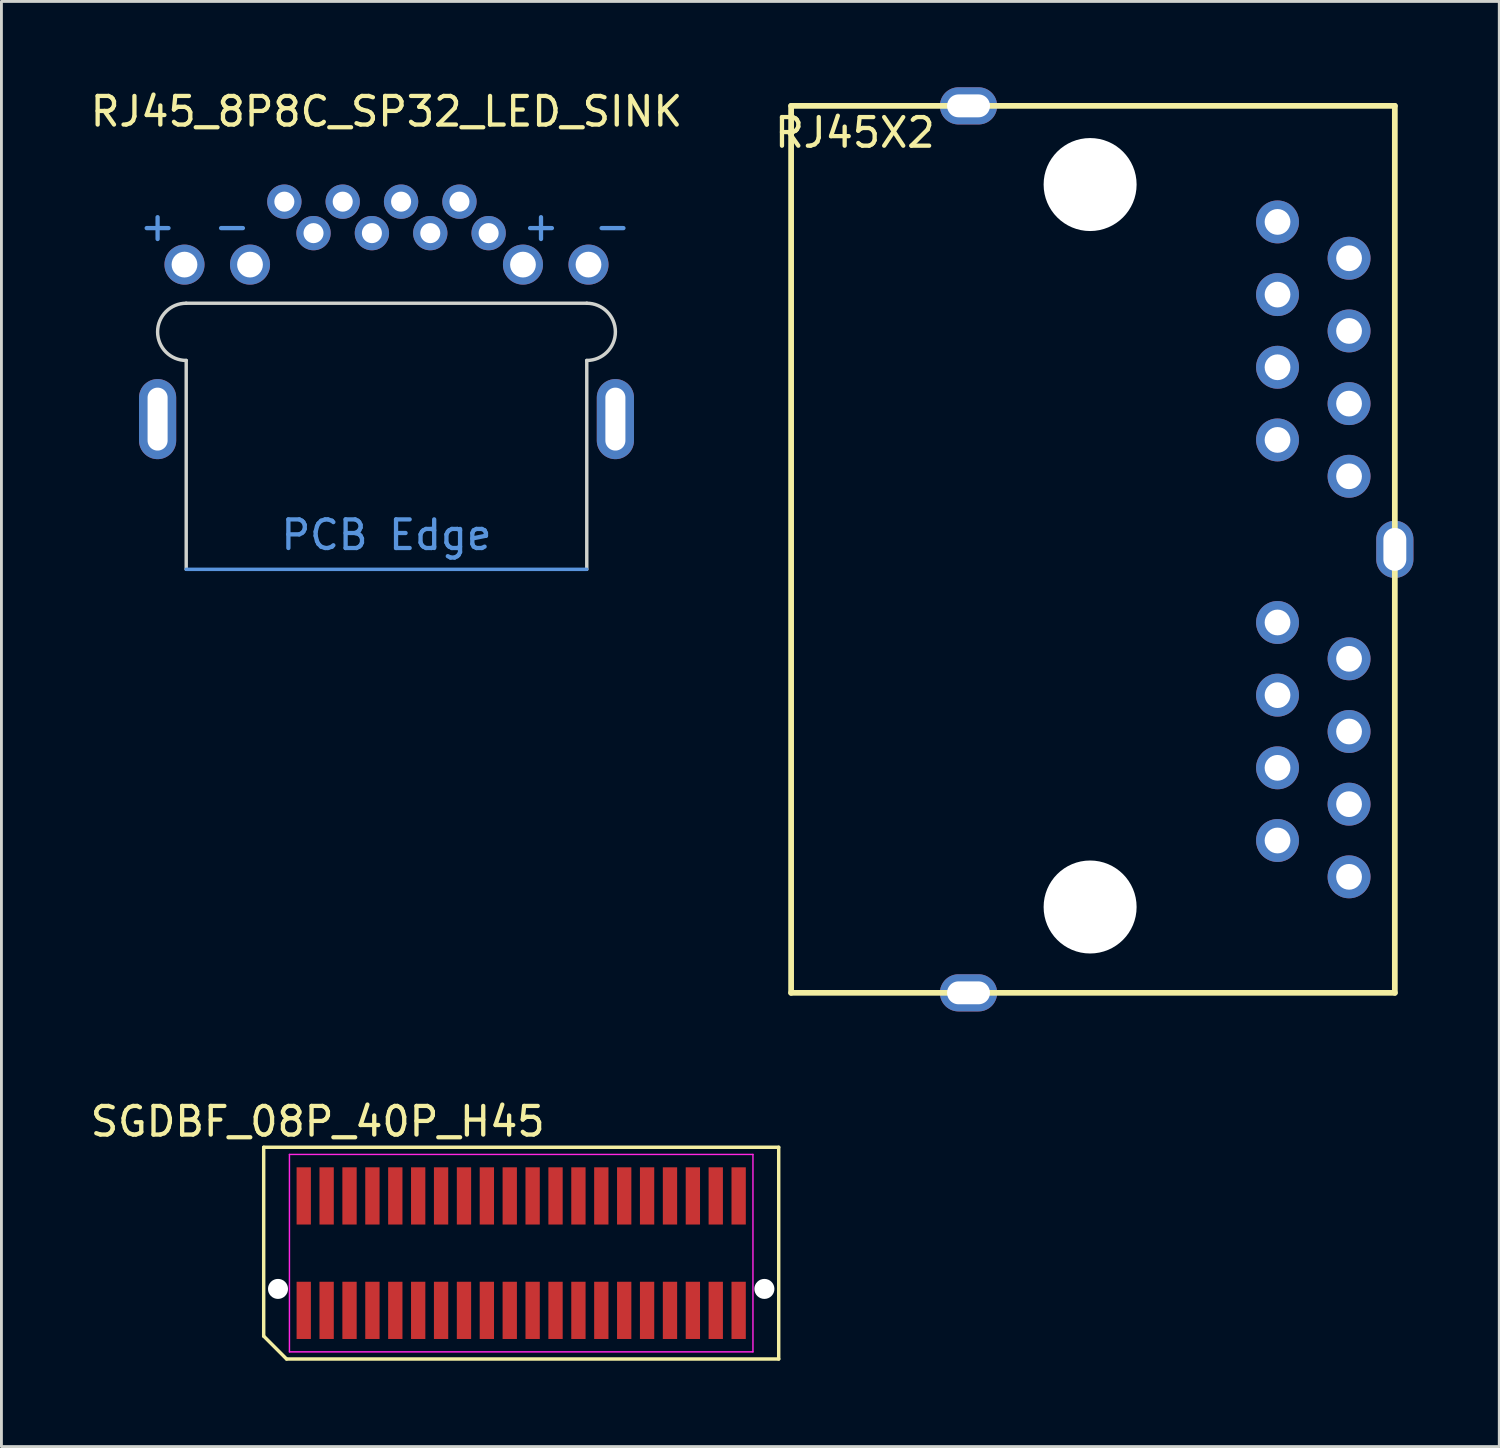
<source format=kicad_pcb>
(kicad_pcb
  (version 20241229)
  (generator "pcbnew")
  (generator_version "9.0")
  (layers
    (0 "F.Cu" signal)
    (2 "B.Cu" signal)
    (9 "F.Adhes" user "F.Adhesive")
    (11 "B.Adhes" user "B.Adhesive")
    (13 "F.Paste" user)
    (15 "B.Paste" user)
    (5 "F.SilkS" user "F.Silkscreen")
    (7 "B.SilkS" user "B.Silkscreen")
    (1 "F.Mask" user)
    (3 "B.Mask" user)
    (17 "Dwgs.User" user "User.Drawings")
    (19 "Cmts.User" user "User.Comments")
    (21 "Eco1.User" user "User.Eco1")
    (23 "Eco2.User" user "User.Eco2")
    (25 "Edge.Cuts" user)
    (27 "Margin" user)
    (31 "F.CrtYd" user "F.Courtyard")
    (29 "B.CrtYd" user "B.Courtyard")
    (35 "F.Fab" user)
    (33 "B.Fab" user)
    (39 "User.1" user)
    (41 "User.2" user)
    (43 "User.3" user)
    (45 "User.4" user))
  (footprint "SGDBF_08P_40P_H45"
    (layer "F.Cu")
    (at 15.166 40.748)
    (property "Reference" "SGDBF_08P_40P_H45" (at -7.112 -4.6 180) (layer "F.SilkS") (effects (font (size 1 1) (thickness 0.15))))
    (attr smd)
    (fp_line (start -9 -3.7) (end 9 -3.7) (stroke (width 0.12) (type solid)) (layer "F.SilkS"))
    (fp_line (start -9 2.9) (end -9 -3.7) (stroke (width 0.12) (type solid)) (layer "F.SilkS"))
    (fp_line (start -8.2 3.7) (end -9 2.9) (stroke (width 0.12) (type solid)) (layer "F.SilkS"))
    (fp_line (start 9 -3.7) (end 9 3.7) (stroke (width 0.12) (type solid)) (layer "F.SilkS"))
    (fp_line (start 9 3.7) (end -8.2 3.7) (stroke (width 0.12) (type solid)) (layer "F.SilkS"))
    (fp_line (start -8.1 -3.45) (end 8.1 -3.45) (stroke (width 0.05) (type solid)) (layer "F.CrtYd"))
    (fp_line (start -8.1 3.45) (end -8.1 -3.45) (stroke (width 0.05) (type solid)) (layer "F.CrtYd"))
    (fp_line (start 8.1 -3.45) (end 8.1 3.45) (stroke (width 0.05) (type solid)) (layer "F.CrtYd"))
    (fp_line (start 8.1 3.45) (end -8.1 3.45) (stroke (width 0.05) (type solid)) (layer "F.CrtYd"))
    (pad "" np_thru_hole circle (at -8.5 1.25) (size 0.7 0.7) (drill 0.7) (layers "*.Cu" "*.Mask"))
    (pad "" np_thru_hole circle (at 8.5 1.25) (size 0.7 0.7) (drill 0.7) (layers "*.Cu" "*.Mask"))
    (pad "1" smd rect (at -7.6 2) (size 0.5 2) (layers "F.Cu" "F.Mask" "F.Paste"))
    (pad "2" smd rect (at -7.6 -2) (size 0.5 2) (layers "F.Cu" "F.Mask" "F.Paste"))
    (pad "3" smd rect (at -6.8 2) (size 0.5 2) (layers "F.Cu" "F.Mask" "F.Paste"))
    (pad "4" smd rect (at -6.8 -2) (size 0.5 2) (layers "F.Cu" "F.Mask" "F.Paste"))
    (pad "5" smd rect (at -6 2) (size 0.5 2) (layers "F.Cu" "F.Mask" "F.Paste"))
    (pad "6" smd rect (at -6 -2) (size 0.5 2) (layers "F.Cu" "F.Mask" "F.Paste"))
    (pad "7" smd rect (at -5.2 2) (size 0.5 2) (layers "F.Cu" "F.Mask" "F.Paste"))
    (pad "8" smd rect (at -5.2 -2) (size 0.5 2) (layers "F.Cu" "F.Mask" "F.Paste"))
    (pad "9" smd rect (at -4.4 2) (size 0.5 2) (layers "F.Cu" "F.Mask" "F.Paste"))
    (pad "10" smd rect (at -4.4 -2) (size 0.5 2) (layers "F.Cu" "F.Mask" "F.Paste"))
    (pad "11" smd rect (at -3.6 2) (size 0.5 2) (layers "F.Cu" "F.Mask" "F.Paste"))
    (pad "12" smd rect (at -3.6 -2) (size 0.5 2) (layers "F.Cu" "F.Mask" "F.Paste"))
    (pad "13" smd rect (at -2.8 2) (size 0.5 2) (layers "F.Cu" "F.Mask" "F.Paste"))
    (pad "14" smd rect (at -2.8 -2) (size 0.5 2) (layers "F.Cu" "F.Mask" "F.Paste"))
    (pad "15" smd rect (at -2 2) (size 0.5 2) (layers "F.Cu" "F.Mask" "F.Paste"))
    (pad "16" smd rect (at -2 -2) (size 0.5 2) (layers "F.Cu" "F.Mask" "F.Paste"))
    (pad "17" smd rect (at -1.2 2) (size 0.5 2) (layers "F.Cu" "F.Mask" "F.Paste"))
    (pad "18" smd rect (at -1.2 -2) (size 0.5 2) (layers "F.Cu" "F.Mask" "F.Paste"))
    (pad "19" smd rect (at -0.4 2) (size 0.5 2) (layers "F.Cu" "F.Mask" "F.Paste"))
    (pad "20" smd rect (at -0.4 -2) (size 0.5 2) (layers "F.Cu" "F.Mask" "F.Paste"))
    (pad "21" smd rect (at 0.4 2) (size 0.5 2) (layers "F.Cu" "F.Mask" "F.Paste"))
    (pad "22" smd rect (at 0.4 -2) (size 0.5 2) (layers "F.Cu" "F.Mask" "F.Paste"))
    (pad "23" smd rect (at 1.2 2) (size 0.5 2) (layers "F.Cu" "F.Mask" "F.Paste"))
    (pad "24" smd rect (at 1.2 -2) (size 0.5 2) (layers "F.Cu" "F.Mask" "F.Paste"))
    (pad "25" smd rect (at 2 2) (size 0.5 2) (layers "F.Cu" "F.Mask" "F.Paste"))
    (pad "26" smd rect (at 2 -2) (size 0.5 2) (layers "F.Cu" "F.Mask" "F.Paste"))
    (pad "27" smd rect (at 2.8 2) (size 0.5 2) (layers "F.Cu" "F.Mask" "F.Paste"))
    (pad "28" smd rect (at 2.8 -2) (size 0.5 2) (layers "F.Cu" "F.Mask" "F.Paste"))
    (pad "29" smd rect (at 3.6 2) (size 0.5 2) (layers "F.Cu" "F.Mask" "F.Paste"))
    (pad "30" smd rect (at 3.6 -2) (size 0.5 2) (layers "F.Cu" "F.Mask" "F.Paste"))
    (pad "31" smd rect (at 4.4 2) (size 0.5 2) (layers "F.Cu" "F.Mask" "F.Paste"))
    (pad "32" smd rect (at 4.4 -2) (size 0.5 2) (layers "F.Cu" "F.Mask" "F.Paste"))
    (pad "33" smd rect (at 5.2 2) (size 0.5 2) (layers "F.Cu" "F.Mask" "F.Paste"))
    (pad "34" smd rect (at 5.2 -2) (size 0.5 2) (layers "F.Cu" "F.Mask" "F.Paste"))
    (pad "35" smd rect (at 6 2) (size 0.5 2) (layers "F.Cu" "F.Mask" "F.Paste"))
    (pad "36" smd rect (at 6 -2) (size 0.5 2) (layers "F.Cu" "F.Mask" "F.Paste"))
    (pad "37" smd rect (at 6.8 2) (size 0.5 2) (layers "F.Cu" "F.Mask" "F.Paste"))
    (pad "38" smd rect (at 6.8 -2) (size 0.5 2) (layers "F.Cu" "F.Mask" "F.Paste"))
    (pad "39" smd rect (at 7.6 2) (size 0.5 2) (layers "F.Cu" "F.Mask" "F.Paste"))
    (pad "40" smd rect (at 7.6 -2) (size 0.5 2) (layers "F.Cu" "F.Mask" "F.Paste")))
  (footprint "RJ45X2"
    (layer "F.Cu")
    (at 24.6 0.65)
    (property "Reference" "RJ45X2" (at 2.228 0.937 0) (layer "F.SilkS") (effects (font (size 1 1) (thickness 0.15))))
    (attr through_hole)
    (fp_line (start 0 0) (end 0 31) (stroke (width 0.2) (type solid)) (layer "F.SilkS"))
    (fp_line (start 0 0) (end 21.1 0) (stroke (width 0.2) (type solid)) (layer "F.SilkS"))
    (fp_line (start 0 31) (end 21.1 31) (stroke (width 0.2) (type solid)) (layer "F.SilkS"))
    (fp_line (start 21.1 0) (end 21.1 31) (stroke (width 0.2) (type solid)) (layer "F.SilkS"))
    (pad "" np_thru_hole circle (at 10.45 2.75 180) (size 3.25 3.25) (drill 3.25) (layers "*.Cu" "*.Mask"))
    (pad "" np_thru_hole circle (at 10.45 28 180) (size 3.25 3.25) (drill 3.25) (layers "*.Cu" "*.Mask"))
    (pad "1" thru_hole circle (at 17 4.056) (size 1.5 1.5) (drill 0.9) (layers "*.Cu" "*.Mask"))
    (pad "2" thru_hole circle (at 19.5 5.326) (size 1.5 1.5) (drill 0.9) (layers "*.Cu" "*.Mask"))
    (pad "3" thru_hole circle (at 17 6.596) (size 1.5 1.5) (drill 0.9) (layers "*.Cu" "*.Mask"))
    (pad "4" thru_hole circle (at 19.5 7.866) (size 1.5 1.5) (drill 0.9) (layers "*.Cu" "*.Mask"))
    (pad "5" thru_hole circle (at 17 9.136) (size 1.5 1.5) (drill 0.9) (layers "*.Cu" "*.Mask"))
    (pad "6" thru_hole circle (at 19.5 10.406) (size 1.5 1.5) (drill 0.9) (layers "*.Cu" "*.Mask"))
    (pad "7" thru_hole circle (at 17 11.676) (size 1.5 1.5) (drill 0.9) (layers "*.Cu" "*.Mask"))
    (pad "8" thru_hole circle (at 19.5 12.946) (size 1.5 1.5) (drill 0.9) (layers "*.Cu" "*.Mask"))
    (pad "9" thru_hole circle (at 17 18.056) (size 1.5 1.5) (drill 0.9) (layers "*.Cu" "*.Mask"))
    (pad "10" thru_hole circle (at 19.5 19.326) (size 1.5 1.5) (drill 0.9) (layers "*.Cu" "*.Mask"))
    (pad "11" thru_hole circle (at 17 20.596) (size 1.5 1.5) (drill 0.9) (layers "*.Cu" "*.Mask"))
    (pad "12" thru_hole circle (at 19.5 21.866) (size 1.5 1.5) (drill 0.9) (layers "*.Cu" "*.Mask"))
    (pad "13" thru_hole circle (at 17 23.136) (size 1.5 1.5) (drill 0.9) (layers "*.Cu" "*.Mask"))
    (pad "14" thru_hole circle (at 19.5 24.406) (size 1.5 1.5) (drill 0.9) (layers "*.Cu" "*.Mask"))
    (pad "15" thru_hole circle (at 17 25.676) (size 1.5 1.5) (drill 0.9) (layers "*.Cu" "*.Mask"))
    (pad "16" thru_hole circle (at 19.5 26.946) (size 1.5 1.5) (drill 0.9) (layers "*.Cu" "*.Mask"))
    (pad "17" thru_hole oval (at 6.2 0) (size 2 1.3) (drill oval 1.5 0.8) (layers "*.Cu" "*.Mask"))
    (pad "18" thru_hole oval (at 21.1 15.5 90) (size 2 1.3) (drill oval 1.5 0.8) (layers "*.Cu" "*.Mask"))
    (pad "19" thru_hole oval (at 6.2 31 180) (size 2 1.3) (drill oval 1.5 0.8) (layers "*.Cu" "*.Mask")))
  (footprint "RJ45_8P8C_SP32_LED_SINK"
    (layer "F.Cu")
    (at 10.458 19.548)
    (property "Reference" "RJ45_8P8C_SP32_LED_SINK" (at 0 -18.7 0) (layer "F.SilkS") (effects (font (size 1 1) (thickness 0.15))))
    (attr through_hole)
    (fp_line (start -7 -2.7) (end 7 -2.7) (stroke (width 0.12) (type solid)) (layer "Cmts.User"))
    (fp_line (start -7 -12) (end 7 -12) (stroke (width 0.12) (type solid)) (layer "Edge.Cuts"))
    (fp_line (start -7 -2.7) (end -7 -10) (stroke (width 0.12) (type solid)) (layer "Edge.Cuts"))
    (fp_line (start 7 -2.7) (end 7 -10) (stroke (width 0.12) (type solid)) (layer "Edge.Cuts"))
    (fp_arc (start -7 -10) (mid -8 -11) (end -7 -12) (stroke (width 0.12) (type solid)) (layer "Edge.Cuts"))
    (fp_arc (start 7 -12) (mid 8 -11) (end 7 -10) (stroke (width 0.12) (type solid)) (layer "Edge.Cuts"))
    (fp_text user "PCB Edge" (at 0 -3.9 0) (layer "Cmts.User") (effects (font (size 1 1) (thickness 0.15))))
    (fp_text user "-" (at -5.4 -14.7 0) (layer "Cmts.User") (effects (font (size 1 1) (thickness 0.15))))
    (fp_text user "-" (at 7.9 -14.7 0) (layer "Cmts.User") (effects (font (size 1 1) (thickness 0.15))))
    (fp_text user "+" (at -8 -14.7 0) (layer "Cmts.User") (effects (font (size 1 1) (thickness 0.15))))
    (fp_text user "+" (at 5.4 -14.7 0) (layer "Cmts.User") (effects (font (size 1 1) (thickness 0.15))))
    (pad "1" thru_hole circle (at 3.57 -14.45) (size 1.2 1.2) (drill 0.7) (layers "*.Cu" "*.Mask"))
    (pad "2" thru_hole circle (at 2.55 -15.55) (size 1.2 1.2) (drill 0.7) (layers "*.Cu" "*.Mask"))
    (pad "3" thru_hole circle (at 1.53 -14.45) (size 1.2 1.2) (drill 0.7) (layers "*.Cu" "*.Mask"))
    (pad "4" thru_hole circle (at 0.51 -15.55) (size 1.2 1.2) (drill 0.7) (layers "*.Cu" "*.Mask"))
    (pad "5" thru_hole circle (at -0.51 -14.45) (size 1.2 1.2) (drill 0.7) (layers "*.Cu" "*.Mask"))
    (pad "6" thru_hole circle (at -1.53 -15.55) (size 1.2 1.2) (drill 0.7) (layers "*.Cu" "*.Mask"))
    (pad "7" thru_hole circle (at -2.55 -14.45) (size 1.2 1.2) (drill 0.7) (layers "*.Cu" "*.Mask"))
    (pad "8" thru_hole circle (at -3.57 -15.55) (size 1.2 1.2) (drill 0.7) (layers "*.Cu" "*.Mask"))
    (pad "9" thru_hole circle (at 7.06 -13.35) (size 1.4 1.4) (drill 0.9) (layers "*.Cu" "*.Mask"))
    (pad "10" thru_hole circle (at 4.77 -13.35) (size 1.4 1.4) (drill 0.9) (layers "*.Cu" "*.Mask"))
    (pad "11" thru_hole circle (at -4.77 -13.35) (size 1.4 1.4) (drill 0.9) (layers "*.Cu" "*.Mask"))
    (pad "12" thru_hole circle (at -7.06 -13.35) (size 1.4 1.4) (drill 0.9) (layers "*.Cu" "*.Mask"))
    (pad "SH" thru_hole oval (at -8 -7.95) (size 1.3 2.8) (drill oval 0.7 2.2) (layers "*.Cu" "*.Mask"))
    (pad "SH" thru_hole oval (at 8 -7.95 180) (size 1.3 2.8) (drill oval 0.7 2.2) (layers "*.Cu" "*.Mask")))
  (gr_rect
    (start -3 -3)
    (end 49.35 47.508)
    (stroke (width 0.1) (type default))
    (fill no)
    (layer "Edge.Cuts")))
</source>
